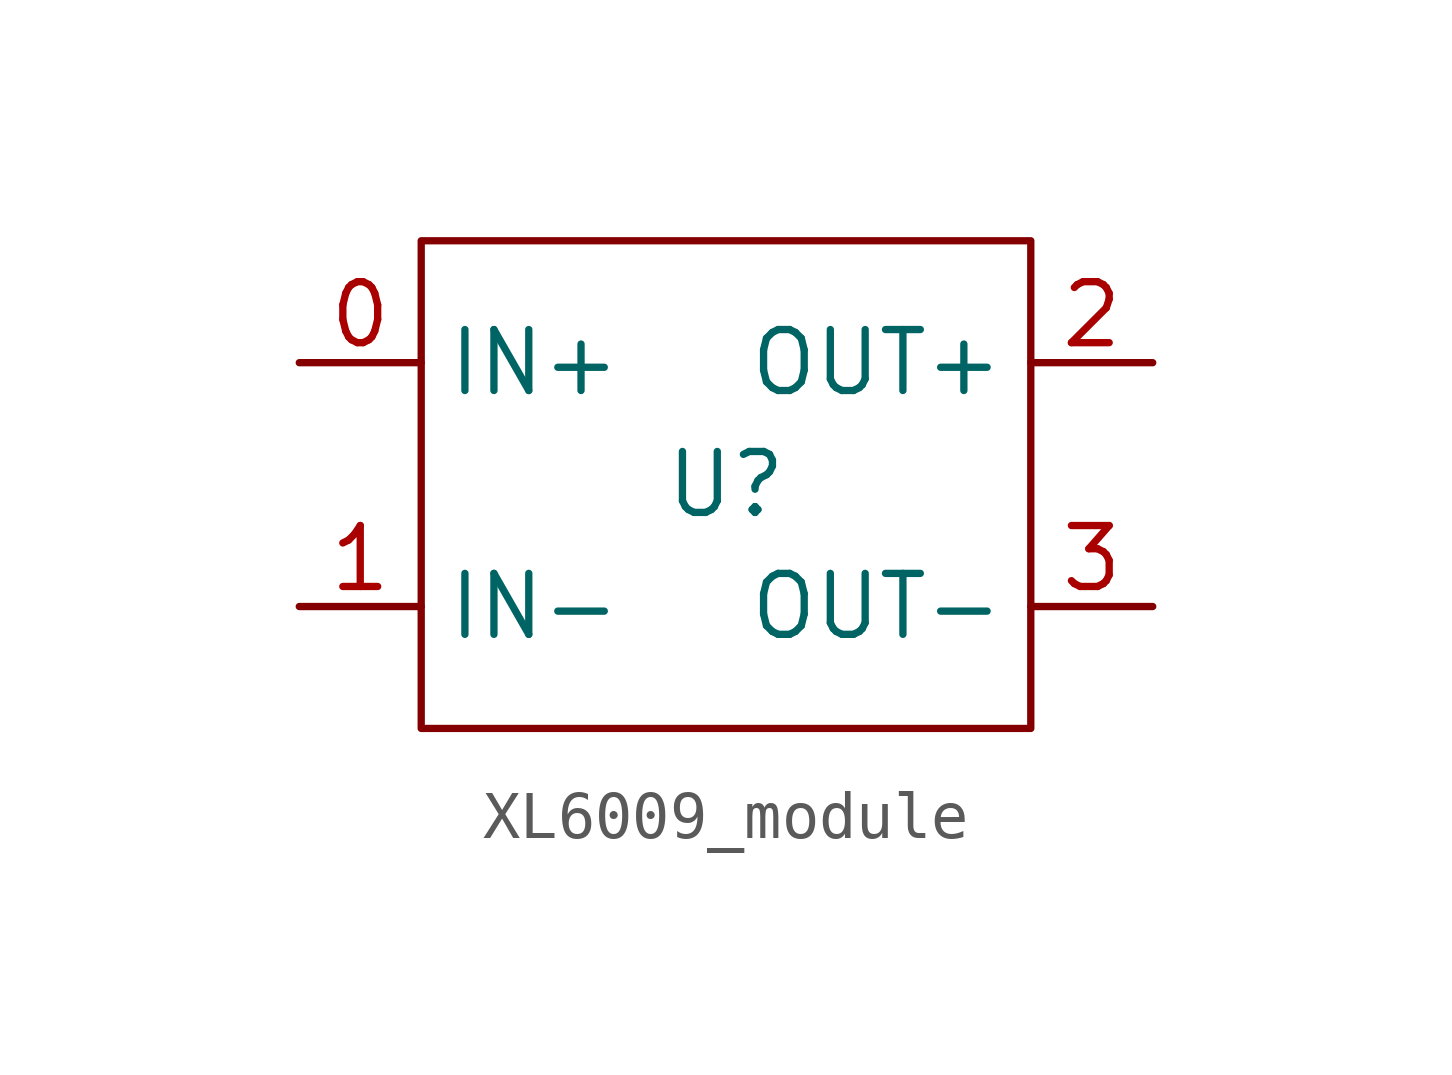
<source format=kicad_sym>
(kicad_symbol_lib
  (version 20241209)
  (generator "kicad_symbol_editor")
  (generator_version "9.0")
  (symbol "XL6009_module"
    (property "Reference" "U"
      (at 0 0 0)
      (effects (font (size 1.27 1.27))))
    (property "Value" ""
      (at 0 0 0)
      (effects (font (size 1.27 1.27))))
    (symbol "XL6009_module_0_1"
      (rectangle (start -6.35 5.08) (end 6.35 -5.08) (stroke (width 0) (type default)) (fill (type none))))
    (symbol "XL6009_module_1_1"
      (pin input line (at -8.89 2.54 0) (length 2.54) (name "IN+" (effects (font (size 1.27 1.27)))) (number "0" (effects (font (size 1.27 1.27)))))
      (pin input line (at -8.89 -2.54 0) (length 2.54) (name "IN-" (effects (font (size 1.27 1.27)))) (number "1" (effects (font (size 1.27 1.27)))))
      (pin output line (at 8.89 2.54 180) (length 2.54) (name "OUT+" (effects (font (size 1.27 1.27)))) (number "2" (effects (font (size 1.27 1.27)))))
      (pin output line (at 8.89 -2.54 180) (length 2.54) (name "OUT-" (effects (font (size 1.27 1.27)))) (number "3" (effects (font (size 1.27 1.27))))))))
</source>
